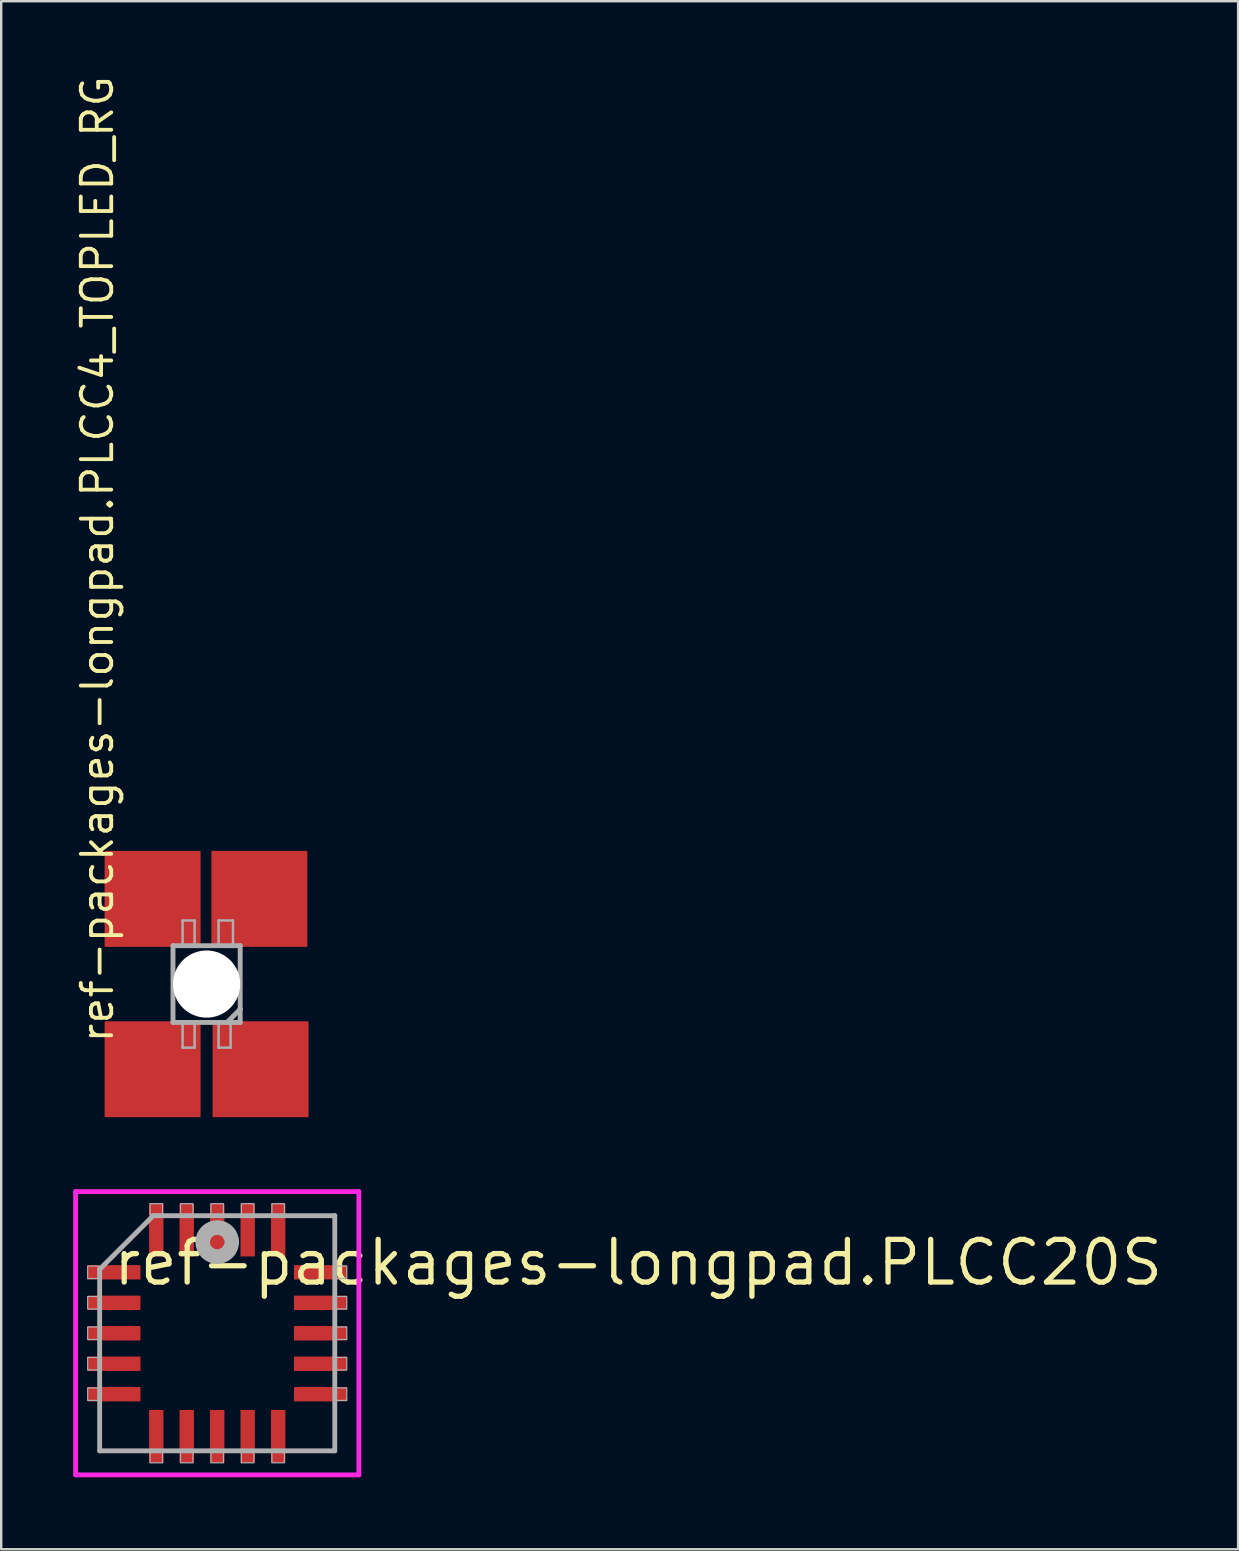
<source format=kicad_pcb>
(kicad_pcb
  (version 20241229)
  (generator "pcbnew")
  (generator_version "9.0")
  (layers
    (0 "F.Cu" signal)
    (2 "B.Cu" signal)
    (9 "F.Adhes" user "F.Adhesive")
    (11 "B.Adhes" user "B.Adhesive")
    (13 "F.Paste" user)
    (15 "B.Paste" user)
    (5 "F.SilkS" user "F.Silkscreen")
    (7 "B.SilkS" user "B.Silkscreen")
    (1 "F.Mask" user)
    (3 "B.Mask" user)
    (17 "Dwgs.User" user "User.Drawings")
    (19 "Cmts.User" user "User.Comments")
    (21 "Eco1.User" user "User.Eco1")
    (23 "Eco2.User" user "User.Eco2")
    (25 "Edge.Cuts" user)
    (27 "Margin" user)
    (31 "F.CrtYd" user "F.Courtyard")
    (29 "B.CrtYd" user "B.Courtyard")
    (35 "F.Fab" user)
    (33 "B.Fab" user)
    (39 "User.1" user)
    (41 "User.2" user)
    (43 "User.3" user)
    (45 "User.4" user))
  (footprint "ref-packages-longpad.PLCC20S"
    (layer "F.Cu")
    (at 6.003 52.516)
    (property "Reference" "ref-packages-longpad.PLCC20S" (at -4.445 -1.905 0) (layer "F.SilkS") (effects (font (size 1.778 1.778) (thickness 0.22)) (justify left bottom)))
    (attr smd)
    (fp_line (start -5.903 -5.903) (end 5.903 -5.903) (stroke (width 0.2) (type default)) (layer "F.CrtYd"))
    (fp_line (start -5.903 5.903) (end -5.903 -5.903) (stroke (width 0.2) (type default)) (layer "F.CrtYd"))
    (fp_line (start 5.903 -5.903) (end 5.903 5.903) (stroke (width 0.2) (type default)) (layer "F.CrtYd"))
    (fp_line (start 5.903 5.903) (end -5.903 5.903) (stroke (width 0.2) (type default)) (layer "F.CrtYd"))
    (fp_line (start -4.9 -2.665) (end -4.9 4.9) (stroke (width 0.203) (type default)) (layer "F.Fab"))
    (fp_line (start -4.9 4.9) (end 4.9 4.9) (stroke (width 0.203) (type default)) (layer "F.Fab"))
    (fp_line (start -2.665 -4.9) (end -4.9 -2.665) (stroke (width 0.203) (type default)) (layer "F.Fab"))
    (fp_line (start 4.9 -4.9) (end -2.665 -4.9) (stroke (width 0.203) (type default)) (layer "F.Fab"))
    (fp_line (start 4.9 4.9) (end 4.9 -4.9) (stroke (width 0.203) (type default)) (layer "F.Fab"))
    (fp_rect (start -5.4 -2.28) (end -4.95 -2.8) (stroke (width 0.05) (type default)) (fill no) (layer "F.Fab"))
    (fp_rect (start -5.4 -1.01) (end -4.95 -1.53) (stroke (width 0.05) (type default)) (fill no) (layer "F.Fab"))
    (fp_rect (start -5.4 0.26) (end -4.95 -0.26) (stroke (width 0.05) (type default)) (fill no) (layer "F.Fab"))
    (fp_rect (start -5.4 1.53) (end -4.95 1.01) (stroke (width 0.05) (type default)) (fill no) (layer "F.Fab"))
    (fp_rect (start -5.4 2.8) (end -4.95 2.28) (stroke (width 0.05) (type default)) (fill no) (layer "F.Fab"))
    (fp_rect (start -2.8 -4.95) (end -2.28 -5.4) (stroke (width 0.05) (type default)) (fill no) (layer "F.Fab"))
    (fp_rect (start -2.8 5.4) (end -2.28 4.95) (stroke (width 0.05) (type default)) (fill no) (layer "F.Fab"))
    (fp_rect (start -1.53 -4.95) (end -1.01 -5.4) (stroke (width 0.05) (type default)) (fill no) (layer "F.Fab"))
    (fp_rect (start -1.53 5.4) (end -1.01 4.95) (stroke (width 0.05) (type default)) (fill no) (layer "F.Fab"))
    (fp_rect (start -0.26 -4.95) (end 0.26 -5.4) (stroke (width 0.05) (type default)) (fill no) (layer "F.Fab"))
    (fp_rect (start -0.26 5.4) (end 0.26 4.95) (stroke (width 0.05) (type default)) (fill no) (layer "F.Fab"))
    (fp_rect (start 1.01 -4.95) (end 1.53 -5.4) (stroke (width 0.05) (type default)) (fill no) (layer "F.Fab"))
    (fp_rect (start 1.01 5.4) (end 1.53 4.95) (stroke (width 0.05) (type default)) (fill no) (layer "F.Fab"))
    (fp_rect (start 2.28 -4.95) (end 2.8 -5.4) (stroke (width 0.05) (type default)) (fill no) (layer "F.Fab"))
    (fp_rect (start 2.28 5.4) (end 2.8 4.95) (stroke (width 0.05) (type default)) (fill no) (layer "F.Fab"))
    (fp_rect (start 4.95 -2.28) (end 5.4 -2.8) (stroke (width 0.05) (type default)) (fill no) (layer "F.Fab"))
    (fp_rect (start 4.95 -1.01) (end 5.4 -1.53) (stroke (width 0.05) (type default)) (fill no) (layer "F.Fab"))
    (fp_rect (start 4.95 0.26) (end 5.4 -0.26) (stroke (width 0.05) (type default)) (fill no) (layer "F.Fab"))
    (fp_rect (start 4.95 1.53) (end 5.4 1.01) (stroke (width 0.05) (type default)) (fill no) (layer "F.Fab"))
    (fp_rect (start 4.95 2.8) (end 5.4 2.28) (stroke (width 0.05) (type default)) (fill no) (layer "F.Fab"))
    (fp_circle (center 0 -3.8) (end 0.3 -3.8) (stroke (width 0.61) (type default)) (fill no) (layer "F.Fab"))
    (pad "1" smd roundrect (at 0 -4.3) (size 0.6 2.2) (layers "F.Cu" "F.Mask" "F.Paste") (roundrect_rratio 0.01))
    (pad "2" smd roundrect (at -1.27 -4.3) (size 0.6 2.2) (layers "F.Cu" "F.Mask" "F.Paste") (roundrect_rratio 0.01))
    (pad "3" smd roundrect (at -2.54 -4.3) (size 0.6 2.2) (layers "F.Cu" "F.Mask" "F.Paste") (roundrect_rratio 0.01))
    (pad "4" smd roundrect (at -4.3 -2.54) (size 2.2 0.6) (layers "F.Cu" "F.Mask" "F.Paste") (roundrect_rratio 0.01))
    (pad "5" smd roundrect (at -4.3 -1.27) (size 2.2 0.6) (layers "F.Cu" "F.Mask" "F.Paste") (roundrect_rratio 0.01))
    (pad "6" smd roundrect (at -4.3 0) (size 2.2 0.6) (layers "F.Cu" "F.Mask" "F.Paste") (roundrect_rratio 0.01))
    (pad "7" smd roundrect (at -4.3 1.27) (size 2.2 0.6) (layers "F.Cu" "F.Mask" "F.Paste") (roundrect_rratio 0.01))
    (pad "8" smd roundrect (at -4.3 2.54) (size 2.2 0.6) (layers "F.Cu" "F.Mask" "F.Paste") (roundrect_rratio 0.01))
    (pad "9" smd roundrect (at -2.54 4.3) (size 0.6 2.2) (layers "F.Cu" "F.Mask" "F.Paste") (roundrect_rratio 0.01))
    (pad "10" smd roundrect (at -1.27 4.3) (size 0.6 2.2) (layers "F.Cu" "F.Mask" "F.Paste") (roundrect_rratio 0.01))
    (pad "11" smd roundrect (at 0 4.3) (size 0.6 2.2) (layers "F.Cu" "F.Mask" "F.Paste") (roundrect_rratio 0.01))
    (pad "12" smd roundrect (at 1.27 4.3) (size 0.6 2.2) (layers "F.Cu" "F.Mask" "F.Paste") (roundrect_rratio 0.01))
    (pad "13" smd roundrect (at 2.54 4.3) (size 0.6 2.2) (layers "F.Cu" "F.Mask" "F.Paste") (roundrect_rratio 0.01))
    (pad "14" smd roundrect (at 4.3 2.54) (size 2.2 0.6) (layers "F.Cu" "F.Mask" "F.Paste") (roundrect_rratio 0.01))
    (pad "15" smd roundrect (at 4.3 1.27) (size 2.2 0.6) (layers "F.Cu" "F.Mask" "F.Paste") (roundrect_rratio 0.01))
    (pad "16" smd roundrect (at 4.3 0) (size 2.2 0.6) (layers "F.Cu" "F.Mask" "F.Paste") (roundrect_rratio 0.01))
    (pad "17" smd roundrect (at 4.3 -1.27) (size 2.2 0.6) (layers "F.Cu" "F.Mask" "F.Paste") (roundrect_rratio 0.01))
    (pad "18" smd roundrect (at 4.3 -2.54) (size 2.2 0.6) (layers "F.Cu" "F.Mask" "F.Paste") (roundrect_rratio 0.01))
    (pad "19" smd roundrect (at 2.54 -4.3) (size 0.6 2.2) (layers "F.Cu" "F.Mask" "F.Paste") (roundrect_rratio 0.01))
    (pad "20" smd roundrect (at 1.27 -4.3) (size 0.6 2.2) (layers "F.Cu" "F.Mask" "F.Paste") (roundrect_rratio 0.01)))
  (footprint "ref-packages-longpad.PLCC4_TOPLED_RG"
    (layer "F.Cu")
    (at 5.56 37.963)
    (property "Reference" "ref-packages-longpad.PLCC4_TOPLED_RG" (at -3.81 2.54 90) (layer "F.SilkS") (effects (font (size 1.27 1.27) (thickness 0.16)) (justify left bottom)))
    (attr smd)
    (fp_rect (start -0.5 -0.1) (end -0.1 -0.5) (stroke (width 0.05) (type default)) (fill yes) (layer "F.SilkS"))
    (fp_rect (start -0.5 0.5) (end -0.1 0.1) (stroke (width 0.05) (type default)) (fill yes) (layer "F.SilkS"))
    (fp_rect (start 0.1 0.5) (end 0.5 0.1) (stroke (width 0.05) (type default)) (fill yes) (layer "F.SilkS"))
    (fp_rect (start -1.25 -1.55) (end -0.25 -2.95) (stroke (width 0.05) (type default)) (fill yes) (layer "F.Paste"))
    (fp_rect (start -1.25 2.95) (end -0.25 1.55) (stroke (width 0.05) (type default)) (fill yes) (layer "F.Paste"))
    (fp_rect (start 0.2 -1.55) (end 1.2 -2.95) (stroke (width 0.05) (type default)) (fill yes) (layer "F.Paste"))
    (fp_rect (start 0.25 2.95) (end 1.25 1.55) (stroke (width 0.05) (type default)) (fill yes) (layer "F.Paste"))
    (fp_line (start -1.4 -1.6) (end -1.4 1.6) (stroke (width 0.203) (type default)) (layer "F.Fab"))
    (fp_line (start -1.4 1.6) (end -1 1.6) (stroke (width 0.203) (type default)) (layer "F.Fab"))
    (fp_line (start -1 -2.65) (end -0.5 -2.65) (stroke (width 0.102) (type default)) (layer "F.Fab"))
    (fp_line (start -1 -1.6) (end -1.4 -1.6) (stroke (width 0.203) (type default)) (layer "F.Fab"))
    (fp_line (start -1 -1.6) (end -1 -2.65) (stroke (width 0.102) (type default)) (layer "F.Fab"))
    (fp_line (start -1 1.6) (end -1 2.65) (stroke (width 0.102) (type default)) (layer "F.Fab"))
    (fp_line (start -1 1.6) (end 0.85 1.6) (stroke (width 0.203) (type default)) (layer "F.Fab"))
    (fp_line (start -1 2.65) (end -0.5 2.65) (stroke (width 0.102) (type default)) (layer "F.Fab"))
    (fp_line (start -0.5 -2.65) (end -0.5 -1.65) (stroke (width 0.102) (type default)) (layer "F.Fab"))
    (fp_line (start -0.5 2.65) (end -0.5 1.65) (stroke (width 0.102) (type default)) (layer "F.Fab"))
    (fp_line (start 0.5 -2.65) (end 1.1 -2.65) (stroke (width 0.102) (type default)) (layer "F.Fab"))
    (fp_line (start 0.5 -1.65) (end 0.5 -2.65) (stroke (width 0.102) (type default)) (layer "F.Fab"))
    (fp_line (start 0.5 1.65) (end 0.5 2.65) (stroke (width 0.102) (type default)) (layer "F.Fab"))
    (fp_line (start 0.5 2.65) (end 1 2.65) (stroke (width 0.102) (type default)) (layer "F.Fab"))
    (fp_line (start 0.85 1.6) (end 1 1.6) (stroke (width 0.203) (type default)) (layer "F.Fab"))
    (fp_line (start 1 1.6) (end 1.4 1.6) (stroke (width 0.203) (type default)) (layer "F.Fab"))
    (fp_line (start 1 2.65) (end 1 1.6) (stroke (width 0.102) (type default)) (layer "F.Fab"))
    (fp_line (start 1.1 -2.65) (end 1.1 -1.6) (stroke (width 0.102) (type default)) (layer "F.Fab"))
    (fp_line (start 1.1 -1.6) (end -1 -1.6) (stroke (width 0.203) (type default)) (layer "F.Fab"))
    (fp_line (start 1.4 -1.6) (end 1.1 -1.6) (stroke (width 0.203) (type default)) (layer "F.Fab"))
    (fp_line (start 1.4 1.05) (end 0.85 1.6) (stroke (width 0.203) (type default)) (layer "F.Fab"))
    (fp_line (start 1.4 1.05) (end 1.4 -1.6) (stroke (width 0.203) (type default)) (layer "F.Fab"))
    (fp_line (start 1.4 1.6) (end 1.4 1.05) (stroke (width 0.203) (type default)) (layer "F.Fab"))
    (pad "" np_thru_hole circle (at 0 0) (size 2.8 2.8) (drill 2.8) (layers "*.Cu" "*.Mask"))
    (pad "1" smd roundrect (at 2.25 3.55) (size 4 4) (layers "F.Cu" "F.Mask" "F.Paste") (roundrect_rratio 0.01))
    (pad "2" smd roundrect (at 2.2 -3.55) (size 4 4) (layers "F.Cu" "F.Mask" "F.Paste") (roundrect_rratio 0.01))
    (pad "3" smd roundrect (at -2.25 -3.55) (size 4 4) (layers "F.Cu" "F.Mask" "F.Paste") (roundrect_rratio 0.01))
    (pad "4" smd roundrect (at -2.25 3.55) (size 4 4) (layers "F.Cu" "F.Mask" "F.Paste") (roundrect_rratio 0.01)))
  (gr_rect
    (start -3 -3)
    (end 48.55 61.519)
    (stroke (width 0.1) (type default))
    (fill no)
    (layer "Edge.Cuts")))
</source>
